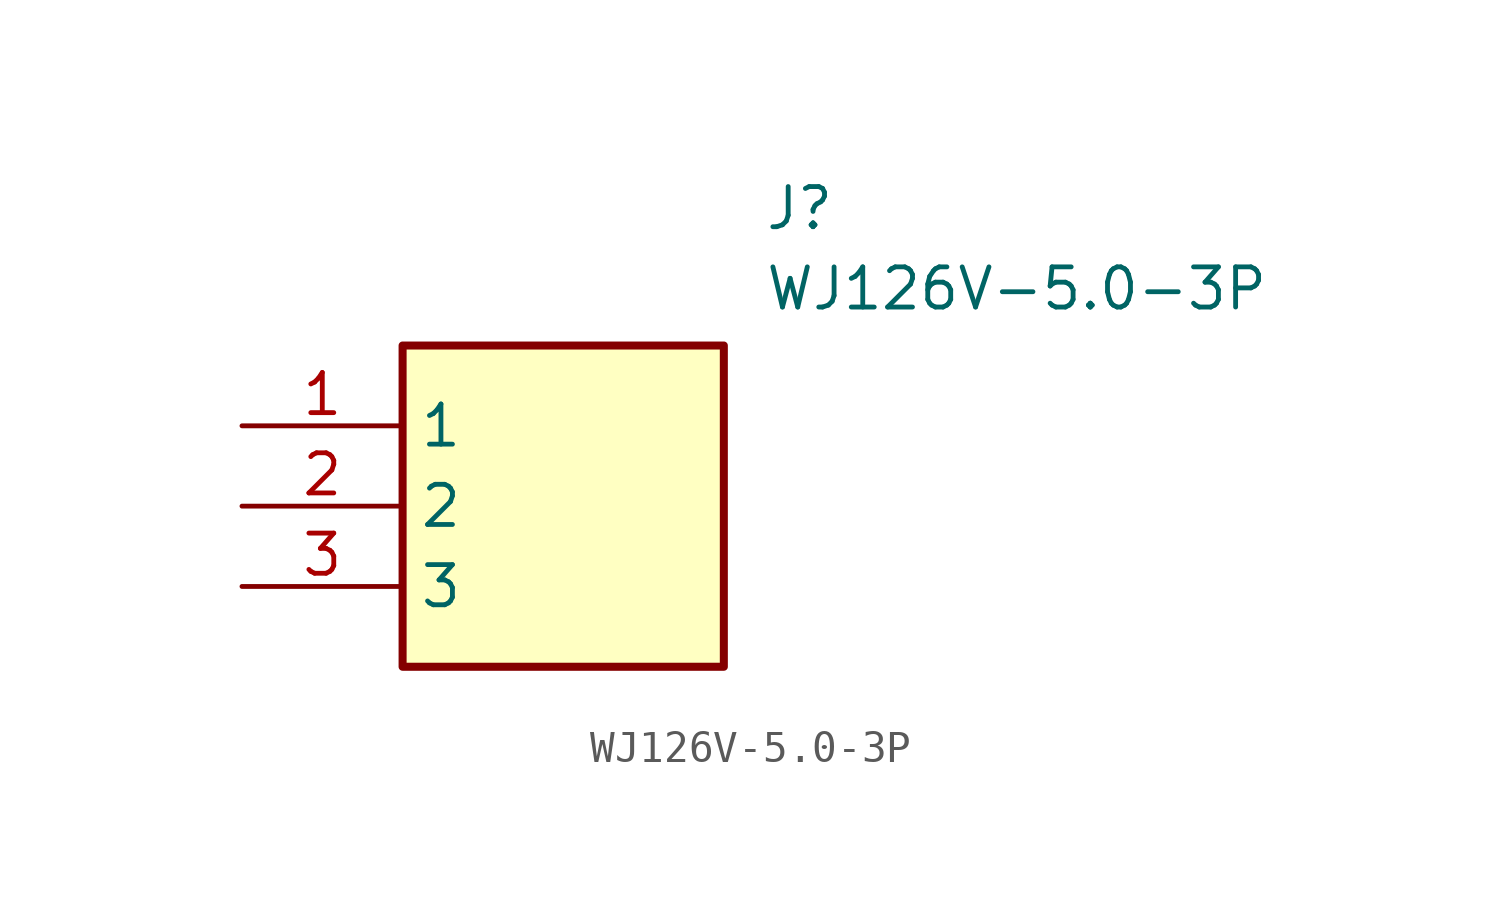
<source format=kicad_sym>
(kicad_symbol_lib
  (version 20211014)
  (generator SamacSys_ECAD_Model)
  (symbol "WJ126V-5.0-3P"
    (property "Reference" "J"
      (at 16.51 7.62 0)
      (effects (font (size 1.27 1.27)) (justify left top)))
    (property "Value" "WJ126V-5.0-3P"
      (at 16.51 5.08 0)
      (effects (font (size 1.27 1.27)) (justify left top)))
    (rectangle
      (start 5.08 2.54)
      (end 15.24 -7.62)
      (stroke (width 0.254) (type default))
      (fill (type background)))
    (pin passive line
      (at 0 0 0)
      (length 5.08)
      (name "1" (effects (font (size 1.27 1.27))))
      (number "1" (effects (font (size 1.27 1.27)))))
    (pin passive line
      (at 0 -2.54 0)
      (length 5.08)
      (name "2" (effects (font (size 1.27 1.27))))
      (number "2" (effects (font (size 1.27 1.27)))))
    (pin passive line
      (at 0 -5.08 0)
      (length 5.08)
      (name "3" (effects (font (size 1.27 1.27))))
      (number "3" (effects (font (size 1.27 1.27)))))))
</source>
